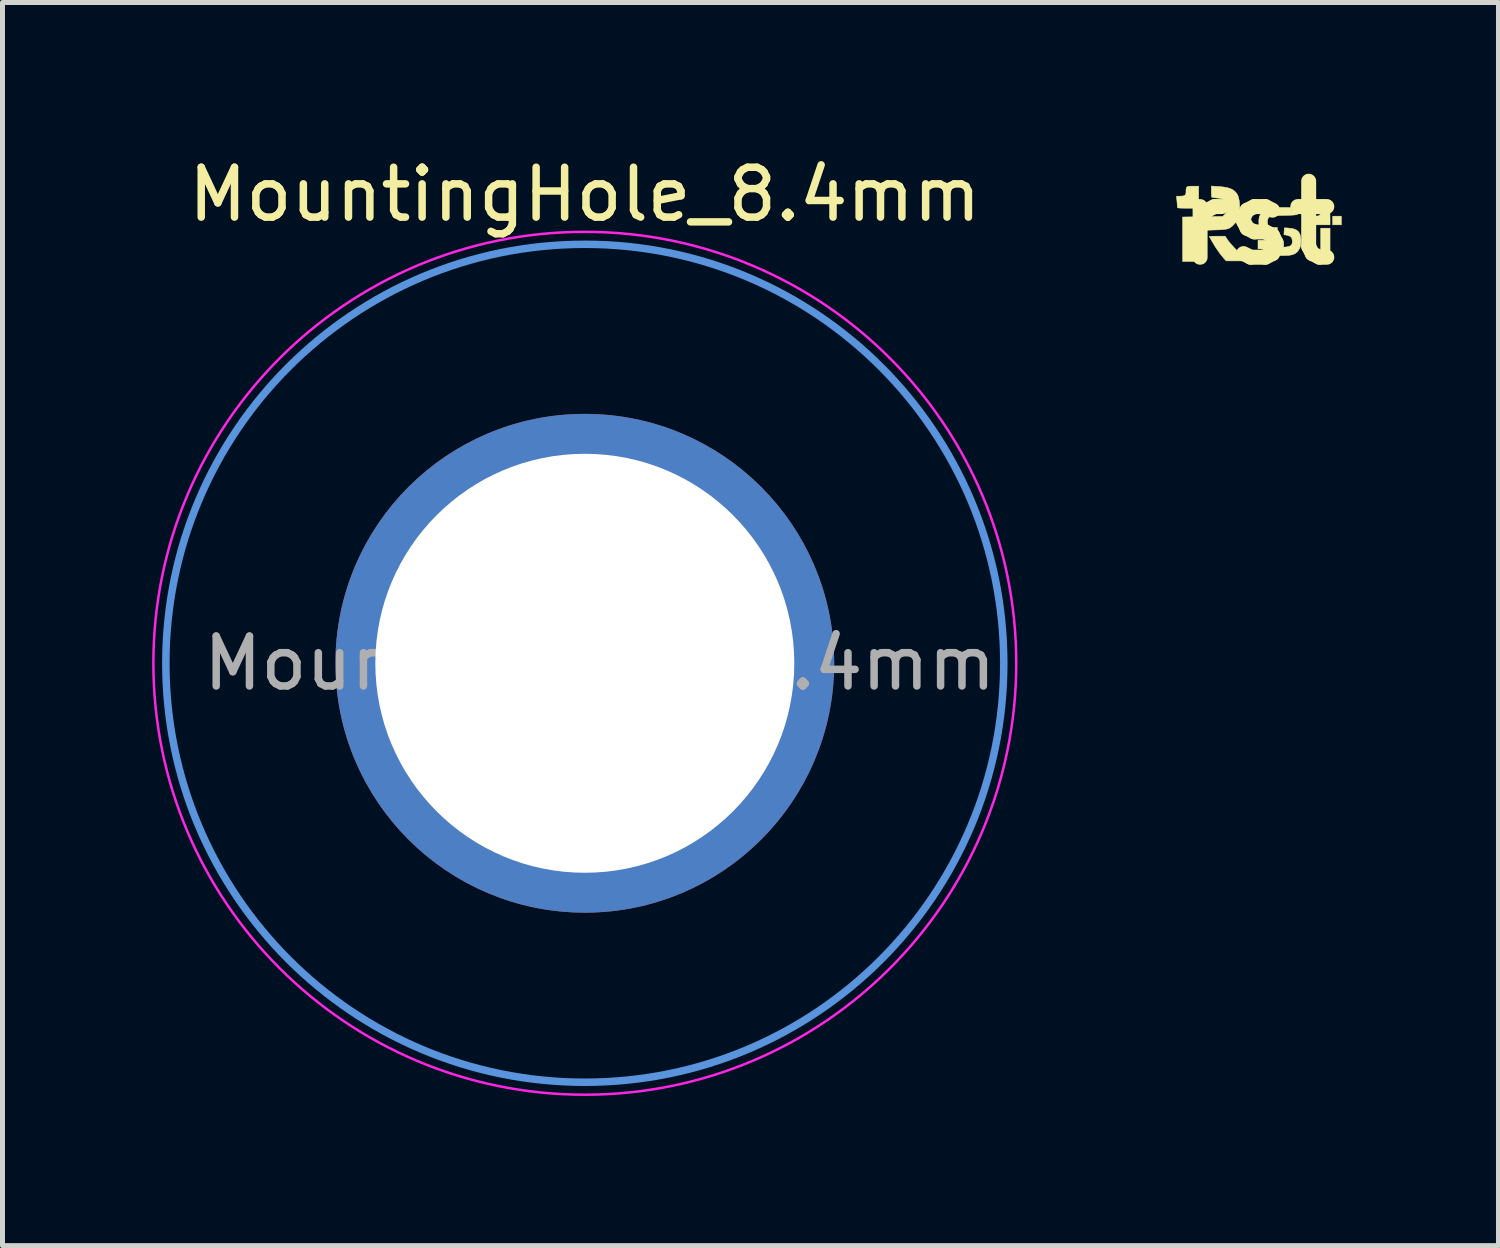
<source format=kicad_pcb>
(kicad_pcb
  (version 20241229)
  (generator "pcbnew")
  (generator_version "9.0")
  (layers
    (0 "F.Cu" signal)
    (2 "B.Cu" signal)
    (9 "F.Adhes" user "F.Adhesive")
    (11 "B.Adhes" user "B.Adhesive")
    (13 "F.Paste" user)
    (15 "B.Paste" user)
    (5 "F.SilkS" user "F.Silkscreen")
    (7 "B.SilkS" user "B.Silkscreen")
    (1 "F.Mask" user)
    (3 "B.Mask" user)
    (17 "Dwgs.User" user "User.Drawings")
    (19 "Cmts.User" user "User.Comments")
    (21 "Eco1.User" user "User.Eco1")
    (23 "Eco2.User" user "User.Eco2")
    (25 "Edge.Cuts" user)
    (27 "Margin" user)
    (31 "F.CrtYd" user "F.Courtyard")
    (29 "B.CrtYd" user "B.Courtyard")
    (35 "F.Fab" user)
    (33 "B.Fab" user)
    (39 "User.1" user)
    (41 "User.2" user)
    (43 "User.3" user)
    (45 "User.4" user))
  (footprint "rst"
    (layer "F.Cu")
    (at 22.172 1.418)
    (property "Reference" "rst" (at 0 0 180) (layer "F.SilkS") (effects (font (size 1.524 1.524) (thickness 0.3))))
    (attr through_hole)
    (fp_poly (pts (xy 1.444 0.642) (xy 1.257 0.642) (xy 1.257 0.107) (xy 1.444 0.107) (xy 1.444 0.642)) (stroke (width 0.01) (type solid)) (fill yes) (layer "F.SilkS"))
    (fp_poly (pts (xy 1.671 0.04) (xy 1.497 0.04) (xy 1.497 -0.134) (xy 1.671 -0.134) (xy 1.671 0.04)) (stroke (width 0.01) (type solid)) (fill yes) (layer "F.SilkS"))
    (fp_poly (pts (xy 0.281 0.642) (xy 0.207 0.642) (xy 0.165 0.641) (xy 0.143 0.636) (xy 0.135 0.625) (xy 0.134 0.607) (xy 0.126 0.559) (xy 0.103 0.532) (xy 0.061 0.522) (xy 0.053 0.521) (xy 0 0.521) (xy 0 0.348) (xy 0.281 0.348) (xy 0.281 0.642)) (stroke (width 0.01) (type solid)) (fill yes) (layer "F.SilkS"))
    (fp_poly (pts (xy 1.435 -0.271) (xy 1.439 -0.235) (xy 1.442 -0.182) (xy 1.443 -0.12) (xy 1.444 -0.09) (xy 1.444 0.04) (xy 1.056 0.04) (xy 1.056 -0.134) (xy 1.134 -0.134) (xy 1.192 -0.137) (xy 1.23 -0.15) (xy 1.252 -0.177) (xy 1.263 -0.222) (xy 1.266 -0.244) (xy 1.274 -0.321) (xy 1.427 -0.321) (xy 1.435 -0.271)) (stroke (width 0.01) (type solid)) (fill yes) (layer "F.SilkS"))
    (fp_poly (pts (xy -0.608 0.344) (xy -0.578 0.384) (xy -0.533 0.437) (xy -0.478 0.497) (xy -0.417 0.561) (xy -0.357 0.621) (xy -0.301 0.675) (xy -0.254 0.716) (xy -0.241 0.726) (xy -0.194 0.762) (xy -0.416 0.762) (xy -0.639 0.762) (xy -0.685 0.711) (xy -0.767 0.611) (xy -0.849 0.492) (xy -0.91 0.392) (xy -0.938 0.343) (xy -0.96 0.304) (xy -0.973 0.279) (xy -0.976 0.273) (xy -0.963 0.271) (xy -0.929 0.269) (xy -0.879 0.268) (xy -0.817 0.267) (xy -0.659 0.267) (xy -0.608 0.344)) (stroke (width 0.01) (type solid)) (fill yes) (layer "F.SilkS"))
    (fp_poly (pts (xy -1.19 -0.294) (xy -1.404 -0.294) (xy -1.484 -0.294) (xy -1.541 -0.295) (xy -1.579 -0.297) (xy -1.601 -0.3) (xy -1.613 -0.306) (xy -1.617 -0.314) (xy -1.618 -0.324) (xy -1.619 -0.353) (xy -1.622 -0.398) (xy -1.626 -0.445) (xy -1.635 -0.535) (xy -1.565 -0.535) (xy -1.507 -0.538) (xy -1.47 -0.549) (xy -1.45 -0.572) (xy -1.444 -0.61) (xy -1.444 -0.619) (xy -1.443 -0.671) (xy -1.436 -0.705) (xy -1.421 -0.724) (xy -1.39 -0.733) (xy -1.339 -0.735) (xy -1.309 -0.735) (xy -1.19 -0.735) (xy -1.19 -0.294)) (stroke (width 0.01) (type solid)) (fill yes) (layer "F.SilkS"))
    (fp_poly (pts (xy 0.602 0.104) (xy 0.693 0.115) (xy 0.762 0.138) (xy 0.811 0.177) (xy 0.842 0.232) (xy 0.857 0.307) (xy 0.86 0.36) (xy 0.857 0.426) (xy 0.849 0.475) (xy 0.832 0.515) (xy 0.796 0.571) (xy 0.752 0.611) (xy 0.696 0.637) (xy 0.623 0.651) (xy 0.535 0.655) (xy 0.414 0.655) (xy 0.414 0.497) (xy 0.522 0.488) (xy 0.593 0.479) (xy 0.641 0.465) (xy 0.67 0.443) (xy 0.685 0.41) (xy 0.688 0.368) (xy 0.681 0.315) (xy 0.656 0.278) (xy 0.61 0.255) (xy 0.574 0.247) (xy 0.52 0.238) (xy 0.524 0.169) (xy 0.528 0.1) (xy 0.602 0.104)) (stroke (width 0.01) (type solid)) (fill yes) (layer "F.SilkS"))
    (fp_poly (pts (xy -0.799 -0.729) (xy -0.691 -0.719) (xy -0.605 -0.703) (xy -0.538 -0.68) (xy -0.487 -0.65) (xy -0.474 -0.639) (xy -0.435 -0.6) (xy -0.408 -0.559) (xy -0.39 -0.507) (xy -0.376 -0.438) (xy -0.373 -0.416) (xy -0.366 -0.298) (xy -0.378 -0.188) (xy -0.406 -0.089) (xy -0.451 -0.005) (xy -0.501 0.051) (xy -0.531 0.077) (xy -0.558 0.097) (xy -0.587 0.112) (xy -0.621 0.123) (xy -0.665 0.13) (xy -0.721 0.136) (xy -0.795 0.14) (xy -0.891 0.143) (xy -0.927 0.144) (xy -1.223 0.154) (xy -1.227 0.465) (xy -1.23 0.775) (xy -1.511 0.775) (xy -1.511 -0.117) (xy -1.109 -0.123) (xy -0.708 -0.129) (xy -0.668 -0.167) (xy -0.626 -0.225) (xy -0.607 -0.289) (xy -0.612 -0.354) (xy -0.64 -0.415) (xy -0.667 -0.446) (xy -0.696 -0.469) (xy -0.732 -0.483) (xy -0.784 -0.494) (xy -0.797 -0.495) (xy -0.847 -0.501) (xy -0.889 -0.506) (xy -0.912 -0.508) (xy -0.924 -0.511) (xy -0.931 -0.524) (xy -0.934 -0.551) (xy -0.936 -0.598) (xy -0.936 -0.623) (xy -0.936 -0.738) (xy -0.799 -0.729)) (stroke (width 0.01) (type solid)) (fill yes) (layer "F.SilkS"))
    (fp_poly (pts (xy 0.587 -0.307) (xy 0.655 -0.306) (xy 0.703 -0.305) (xy 0.737 -0.302) (xy 0.758 -0.297) (xy 0.772 -0.29) (xy 0.78 -0.283) (xy 0.8 -0.254) (xy 0.795 -0.235) (xy 0.764 -0.223) (xy 0.761 -0.222) (xy 0.734 -0.212) (xy 0.73 -0.199) (xy 0.75 -0.189) (xy 0.772 -0.187) (xy 0.795 -0.185) (xy 0.796 -0.176) (xy 0.791 -0.171) (xy 0.773 -0.164) (xy 0.734 -0.158) (xy 0.672 -0.154) (xy 0.585 -0.151) (xy 0.538 -0.15) (xy 0.443 -0.148) (xy 0.371 -0.146) (xy 0.318 -0.143) (xy 0.28 -0.139) (xy 0.254 -0.133) (xy 0.235 -0.125) (xy 0.221 -0.113) (xy 0.214 -0.107) (xy 0.194 -0.072) (xy 0.187 -0.024) (xy 0.192 0.024) (xy 0.195 0.033) (xy 0.218 0.06) (xy 0.259 0.081) (xy 0.311 0.092) (xy 0.334 0.094) (xy 0.388 0.094) (xy 0.388 0.241) (xy 0.318 0.239) (xy 0.265 0.236) (xy 0.214 0.229) (xy 0.197 0.226) (xy 0.121 0.2) (xy 0.069 0.164) (xy 0.046 0.131) (xy 0.027 0.077) (xy 0.017 0.009) (xy 0.017 -0.061) (xy 0.026 -0.118) (xy 0.051 -0.176) (xy 0.092 -0.229) (xy 0.131 -0.263) (xy 0.659 -0.263) (xy 0.669 -0.245) (xy 0.682 -0.241) (xy 0.699 -0.25) (xy 0.703 -0.255) (xy 0.704 -0.276) (xy 0.69 -0.289) (xy 0.671 -0.288) (xy 0.667 -0.285) (xy 0.659 -0.263) (xy 0.131 -0.263) (xy 0.14 -0.272) (xy 0.185 -0.294) (xy 0.214 -0.298) (xy 0.264 -0.302) (xy 0.33 -0.305) (xy 0.408 -0.307) (xy 0.493 -0.307) (xy 0.496 -0.307) (xy 0.587 -0.307)) (stroke (width 0.01) (type solid)) (fill yes) (layer "F.SilkS")))
  (footprint "MountingHole_8.4mm"
    (layer "F.Cu")
    (at 8.675 10.248)
    (property "Reference" "MountingHole_8.4mm" (at 0 -9.4 0) (layer "F.SilkS") (effects (font (size 1 1) (thickness 0.15))))
    (attr exclude_from_pos_files exclude_from_bom)
    (fp_circle (center 0 0) (end 8.4 0) (stroke (width 0.15) (type solid)) (fill no) (layer "Cmts.User"))
    (fp_circle (center 0 0) (end 8.65 0) (stroke (width 0.05) (type solid)) (fill no) (layer "F.CrtYd"))
    (fp_text user "${REFERENCE}" (at 0.3 0 0) (layer "F.Fab") (effects (font (size 1 1) (thickness 0.15))))
    (pad "1" thru_hole circle (at 0 0) (size 10 10) (drill 8.4) (layers "*.Cu" "*.Mask")))
  (gr_rect
    (start -3 -3)
    (end 26.993 21.923)
    (stroke (width 0.1) (type default))
    (fill no)
    (layer "Edge.Cuts")))
</source>
